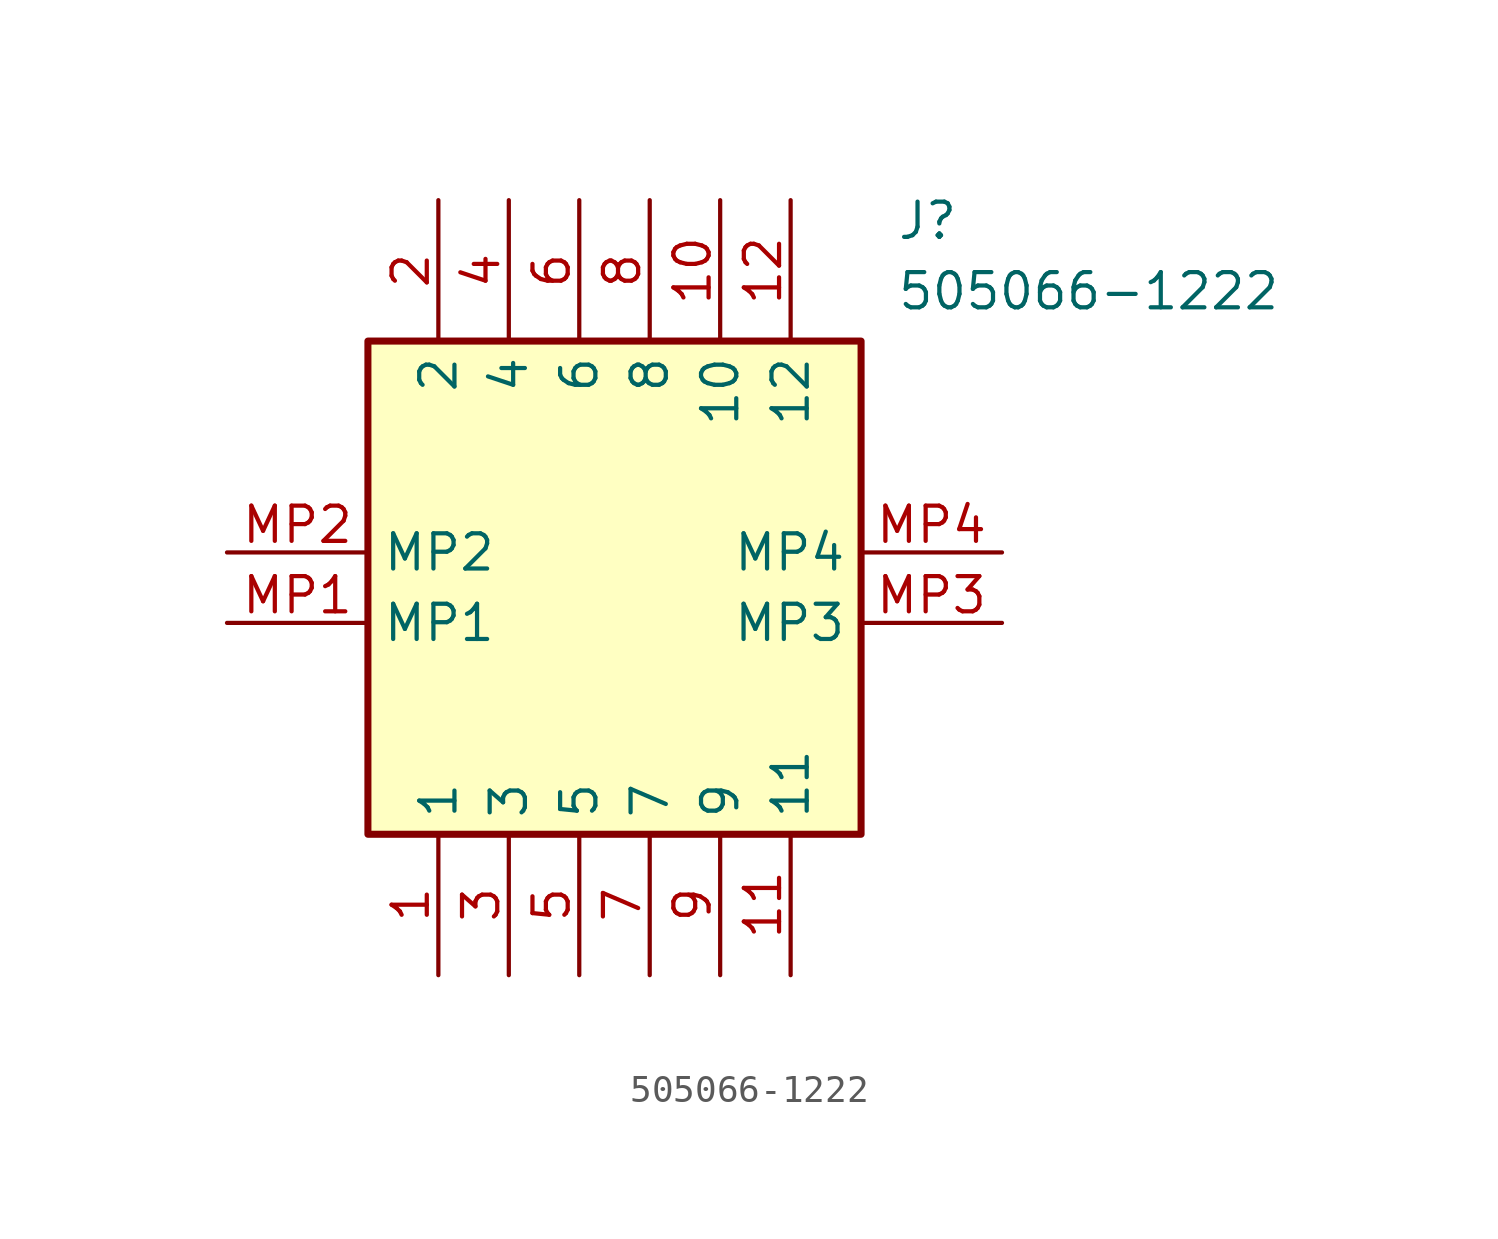
<source format=kicad_sym>
(kicad_symbol_lib
  (version 20211014)
  (generator SamacSys_ECAD_Model)
  (symbol "505066-1222"
    (property "Reference" "J"
      (at 24.13 12.7 0)
      (effects (font (size 1.27 1.27)) (justify left top)))
    (property "Value" "505066-1222"
      (at 24.13 10.16 0)
      (effects (font (size 1.27 1.27)) (justify left top)))
    (rectangle
      (start 5.08 7.62)
      (end 22.86 -10.16)
      (stroke (width 0.254) (type default))
      (fill (type background)))
    (pin passive line
      (at 7.62 -15.24 90)
      (length 5.08)
      (name "1" (effects (font (size 1.27 1.27))))
      (number "1" (effects (font (size 1.27 1.27)))))
    (pin passive line
      (at 7.62 12.7 270)
      (length 5.08)
      (name "2" (effects (font (size 1.27 1.27))))
      (number "2" (effects (font (size 1.27 1.27)))))
    (pin passive line
      (at 10.16 -15.24 90)
      (length 5.08)
      (name "3" (effects (font (size 1.27 1.27))))
      (number "3" (effects (font (size 1.27 1.27)))))
    (pin passive line
      (at 10.16 12.7 270)
      (length 5.08)
      (name "4" (effects (font (size 1.27 1.27))))
      (number "4" (effects (font (size 1.27 1.27)))))
    (pin passive line
      (at 12.7 -15.24 90)
      (length 5.08)
      (name "5" (effects (font (size 1.27 1.27))))
      (number "5" (effects (font (size 1.27 1.27)))))
    (pin passive line
      (at 12.7 12.7 270)
      (length 5.08)
      (name "6" (effects (font (size 1.27 1.27))))
      (number "6" (effects (font (size 1.27 1.27)))))
    (pin passive line
      (at 15.24 -15.24 90)
      (length 5.08)
      (name "7" (effects (font (size 1.27 1.27))))
      (number "7" (effects (font (size 1.27 1.27)))))
    (pin passive line
      (at 15.24 12.7 270)
      (length 5.08)
      (name "8" (effects (font (size 1.27 1.27))))
      (number "8" (effects (font (size 1.27 1.27)))))
    (pin passive line
      (at 17.78 -15.24 90)
      (length 5.08)
      (name "9" (effects (font (size 1.27 1.27))))
      (number "9" (effects (font (size 1.27 1.27)))))
    (pin passive line
      (at 17.78 12.7 270)
      (length 5.08)
      (name "10" (effects (font (size 1.27 1.27))))
      (number "10" (effects (font (size 1.27 1.27)))))
    (pin passive line
      (at 20.32 -15.24 90)
      (length 5.08)
      (name "11" (effects (font (size 1.27 1.27))))
      (number "11" (effects (font (size 1.27 1.27)))))
    (pin passive line
      (at 20.32 12.7 270)
      (length 5.08)
      (name "12" (effects (font (size 1.27 1.27))))
      (number "12" (effects (font (size 1.27 1.27)))))
    (pin passive line
      (at 0 -2.54 0)
      (length 5.08)
      (name "MP1" (effects (font (size 1.27 1.27))))
      (number "MP1" (effects (font (size 1.27 1.27)))))
    (pin passive line
      (at 0 0 0)
      (length 5.08)
      (name "MP2" (effects (font (size 1.27 1.27))))
      (number "MP2" (effects (font (size 1.27 1.27)))))
    (pin passive line
      (at 27.94 -2.54 180)
      (length 5.08)
      (name "MP3" (effects (font (size 1.27 1.27))))
      (number "MP3" (effects (font (size 1.27 1.27)))))
    (pin passive line
      (at 27.94 0 180)
      (length 5.08)
      (name "MP4" (effects (font (size 1.27 1.27))))
      (number "MP4" (effects (font (size 1.27 1.27)))))))
</source>
